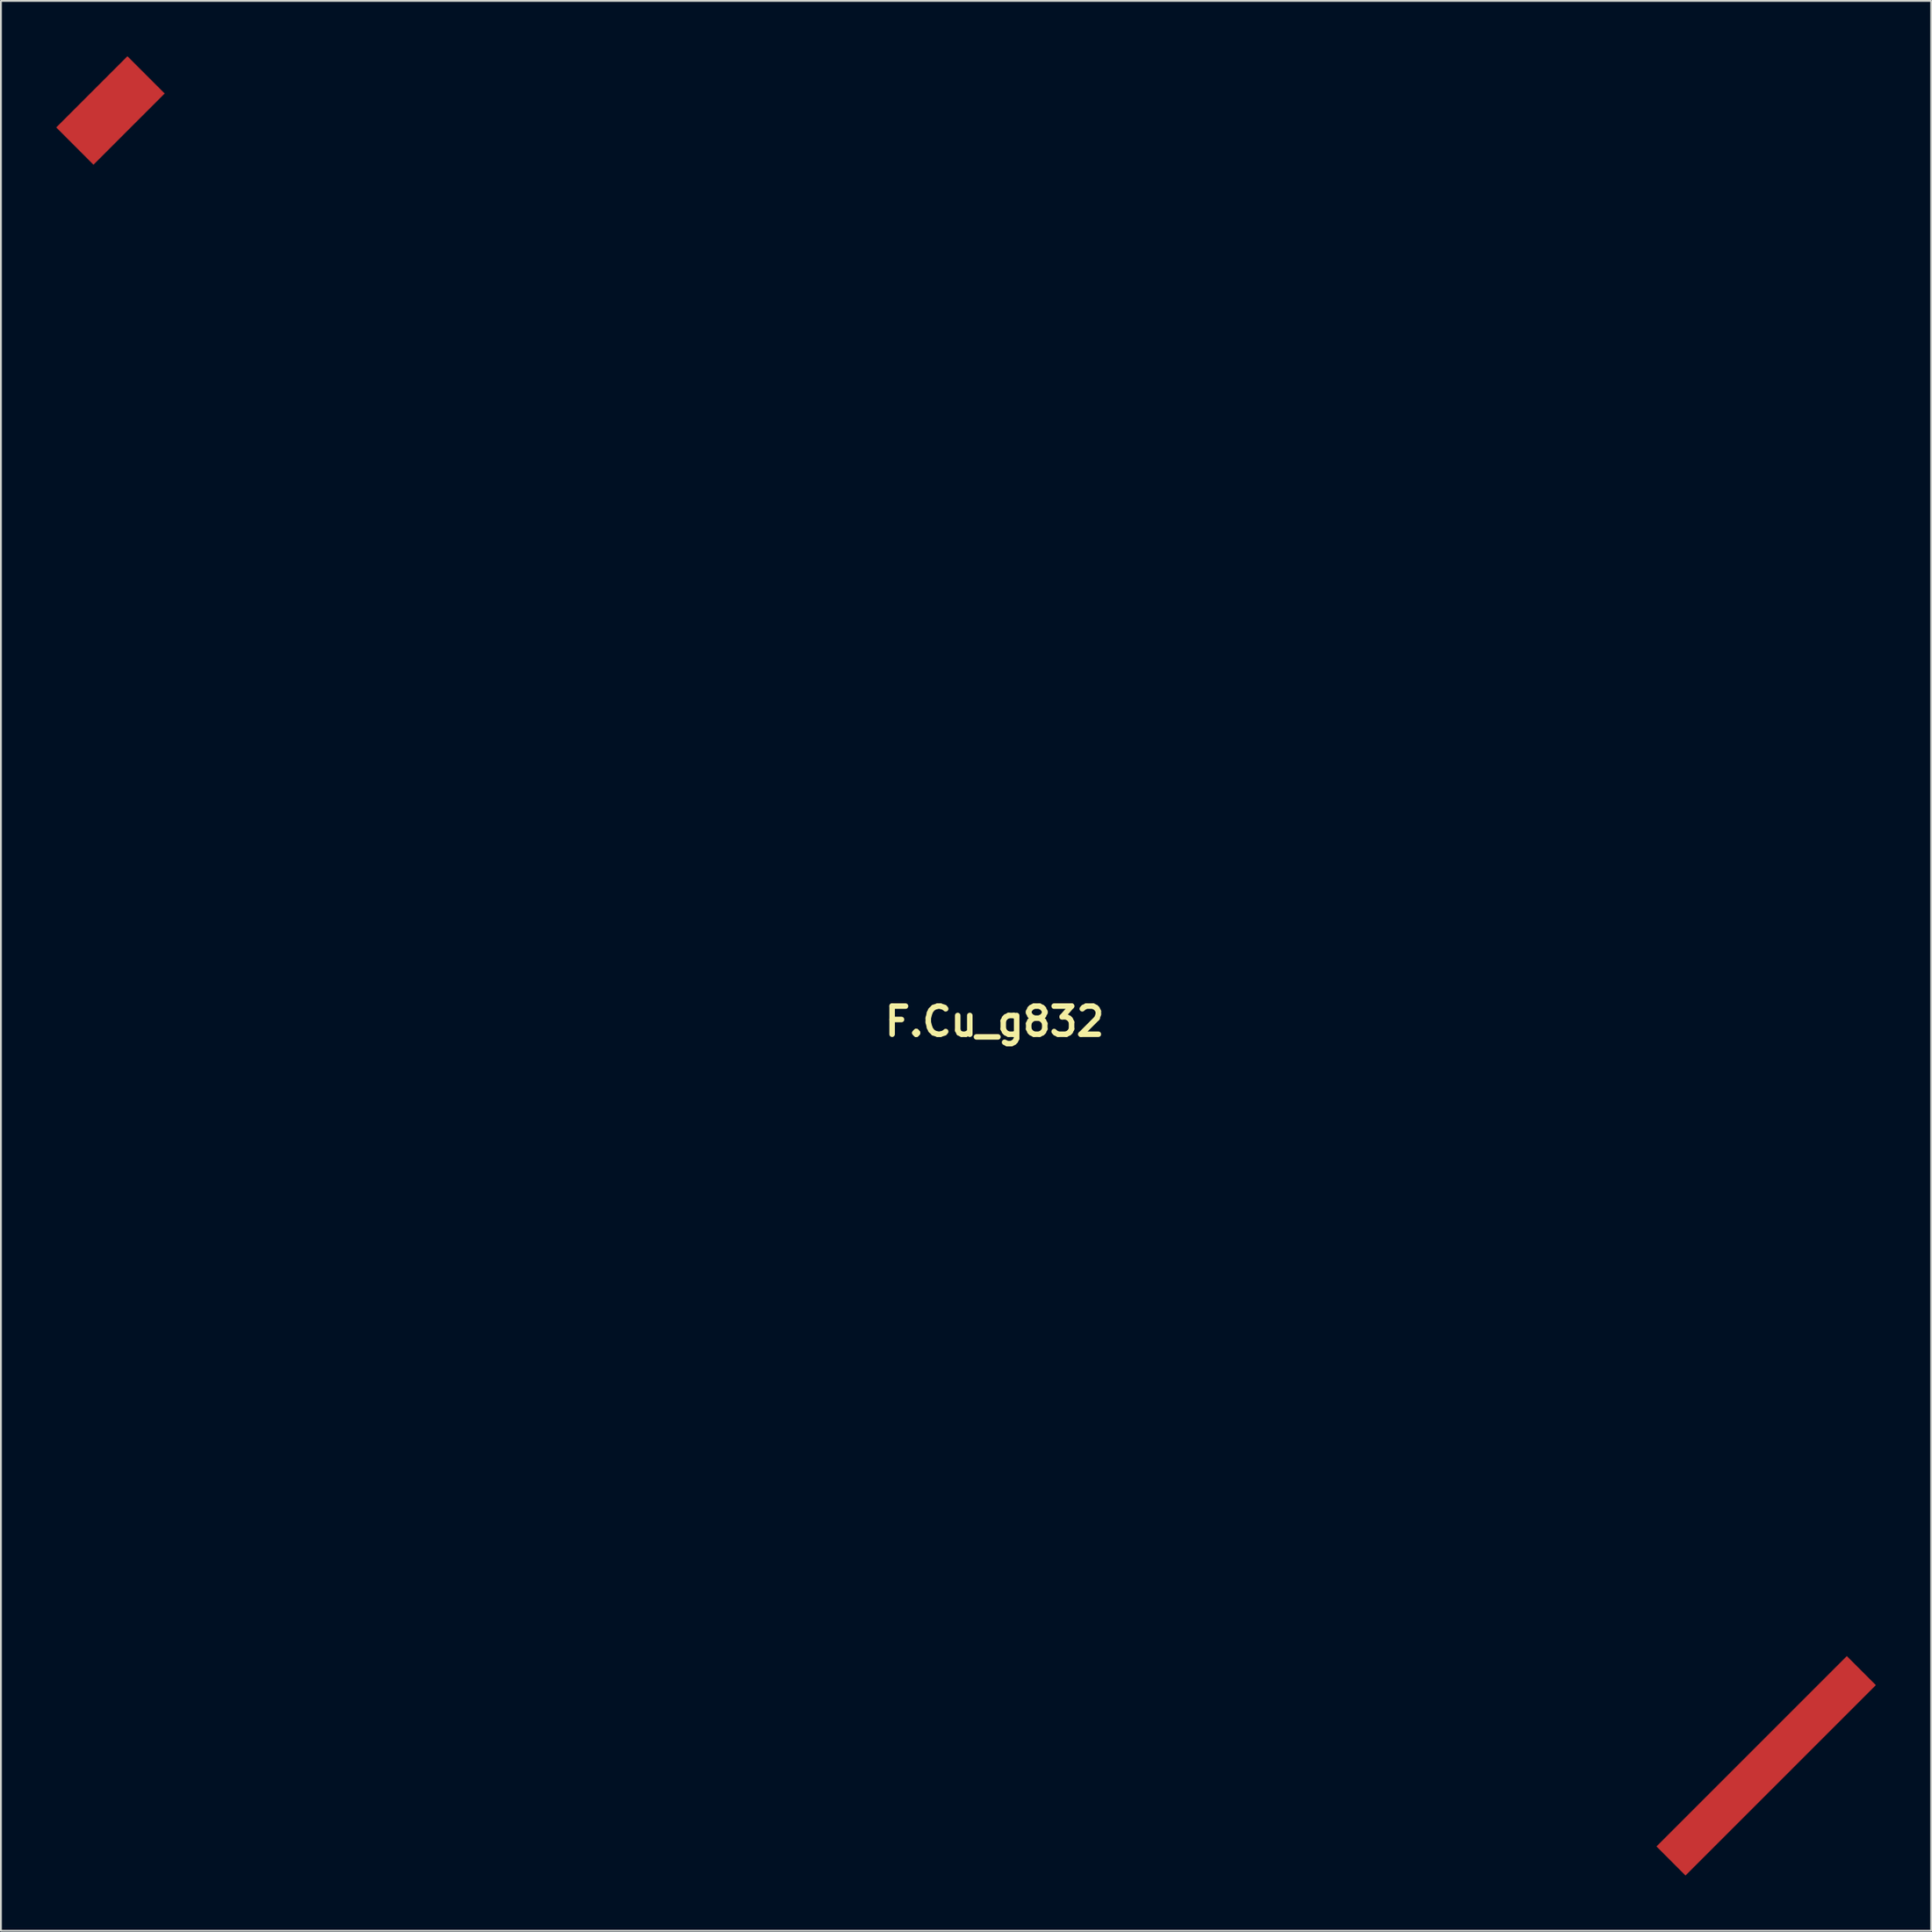
<source format=kicad_pcb>
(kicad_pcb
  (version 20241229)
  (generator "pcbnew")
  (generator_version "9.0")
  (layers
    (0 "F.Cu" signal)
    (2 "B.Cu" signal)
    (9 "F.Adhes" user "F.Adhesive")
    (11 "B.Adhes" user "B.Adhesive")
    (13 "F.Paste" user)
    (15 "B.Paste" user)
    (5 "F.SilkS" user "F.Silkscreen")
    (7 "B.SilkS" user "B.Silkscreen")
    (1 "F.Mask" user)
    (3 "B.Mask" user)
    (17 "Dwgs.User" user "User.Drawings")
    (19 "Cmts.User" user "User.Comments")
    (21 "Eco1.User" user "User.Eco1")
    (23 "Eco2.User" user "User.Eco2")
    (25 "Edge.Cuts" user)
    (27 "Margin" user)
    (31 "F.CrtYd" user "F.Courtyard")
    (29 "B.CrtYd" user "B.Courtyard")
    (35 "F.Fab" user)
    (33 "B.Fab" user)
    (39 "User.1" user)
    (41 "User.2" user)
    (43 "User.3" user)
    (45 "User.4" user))
  (footprint "F.Cu_g832"
    (layer "F.Cu")
    (at 50.847 52.308)
    (property "Reference" "F.Cu_g832" (at 0 0 0) (layer "F.SilkS") (effects (font (size 1.524 1.524) (thickness 0.3))))
    (attr through_hole)
    (fp_poly (pts (xy 47.752 35.962) (xy 42.598 41.117) (xy 37.443 46.271) (xy 35.878 44.704) (xy 46.186 34.396) (xy 47.752 35.962)) (stroke (width 0.01) (type solid)) (fill yes) (layer "F.Cu"))
    (fp_poly (pts (xy -45.985 -51.297) (xy -44.979 -50.292) (xy -46.906 -48.366) (xy -48.832 -46.439) (xy -49.837 -47.445) (xy -50.842 -48.451) (xy -48.916 -50.377) (xy -46.99 -52.303) (xy -45.985 -51.297)) (stroke (width 0.01) (type solid)) (fill yes) (layer "F.Cu")))
  (gr_rect
    (start -3 -3)
    (end 101.604 101.583)
    (stroke (width 0.1) (type default))
    (fill no)
    (layer "Edge.Cuts")))
</source>
